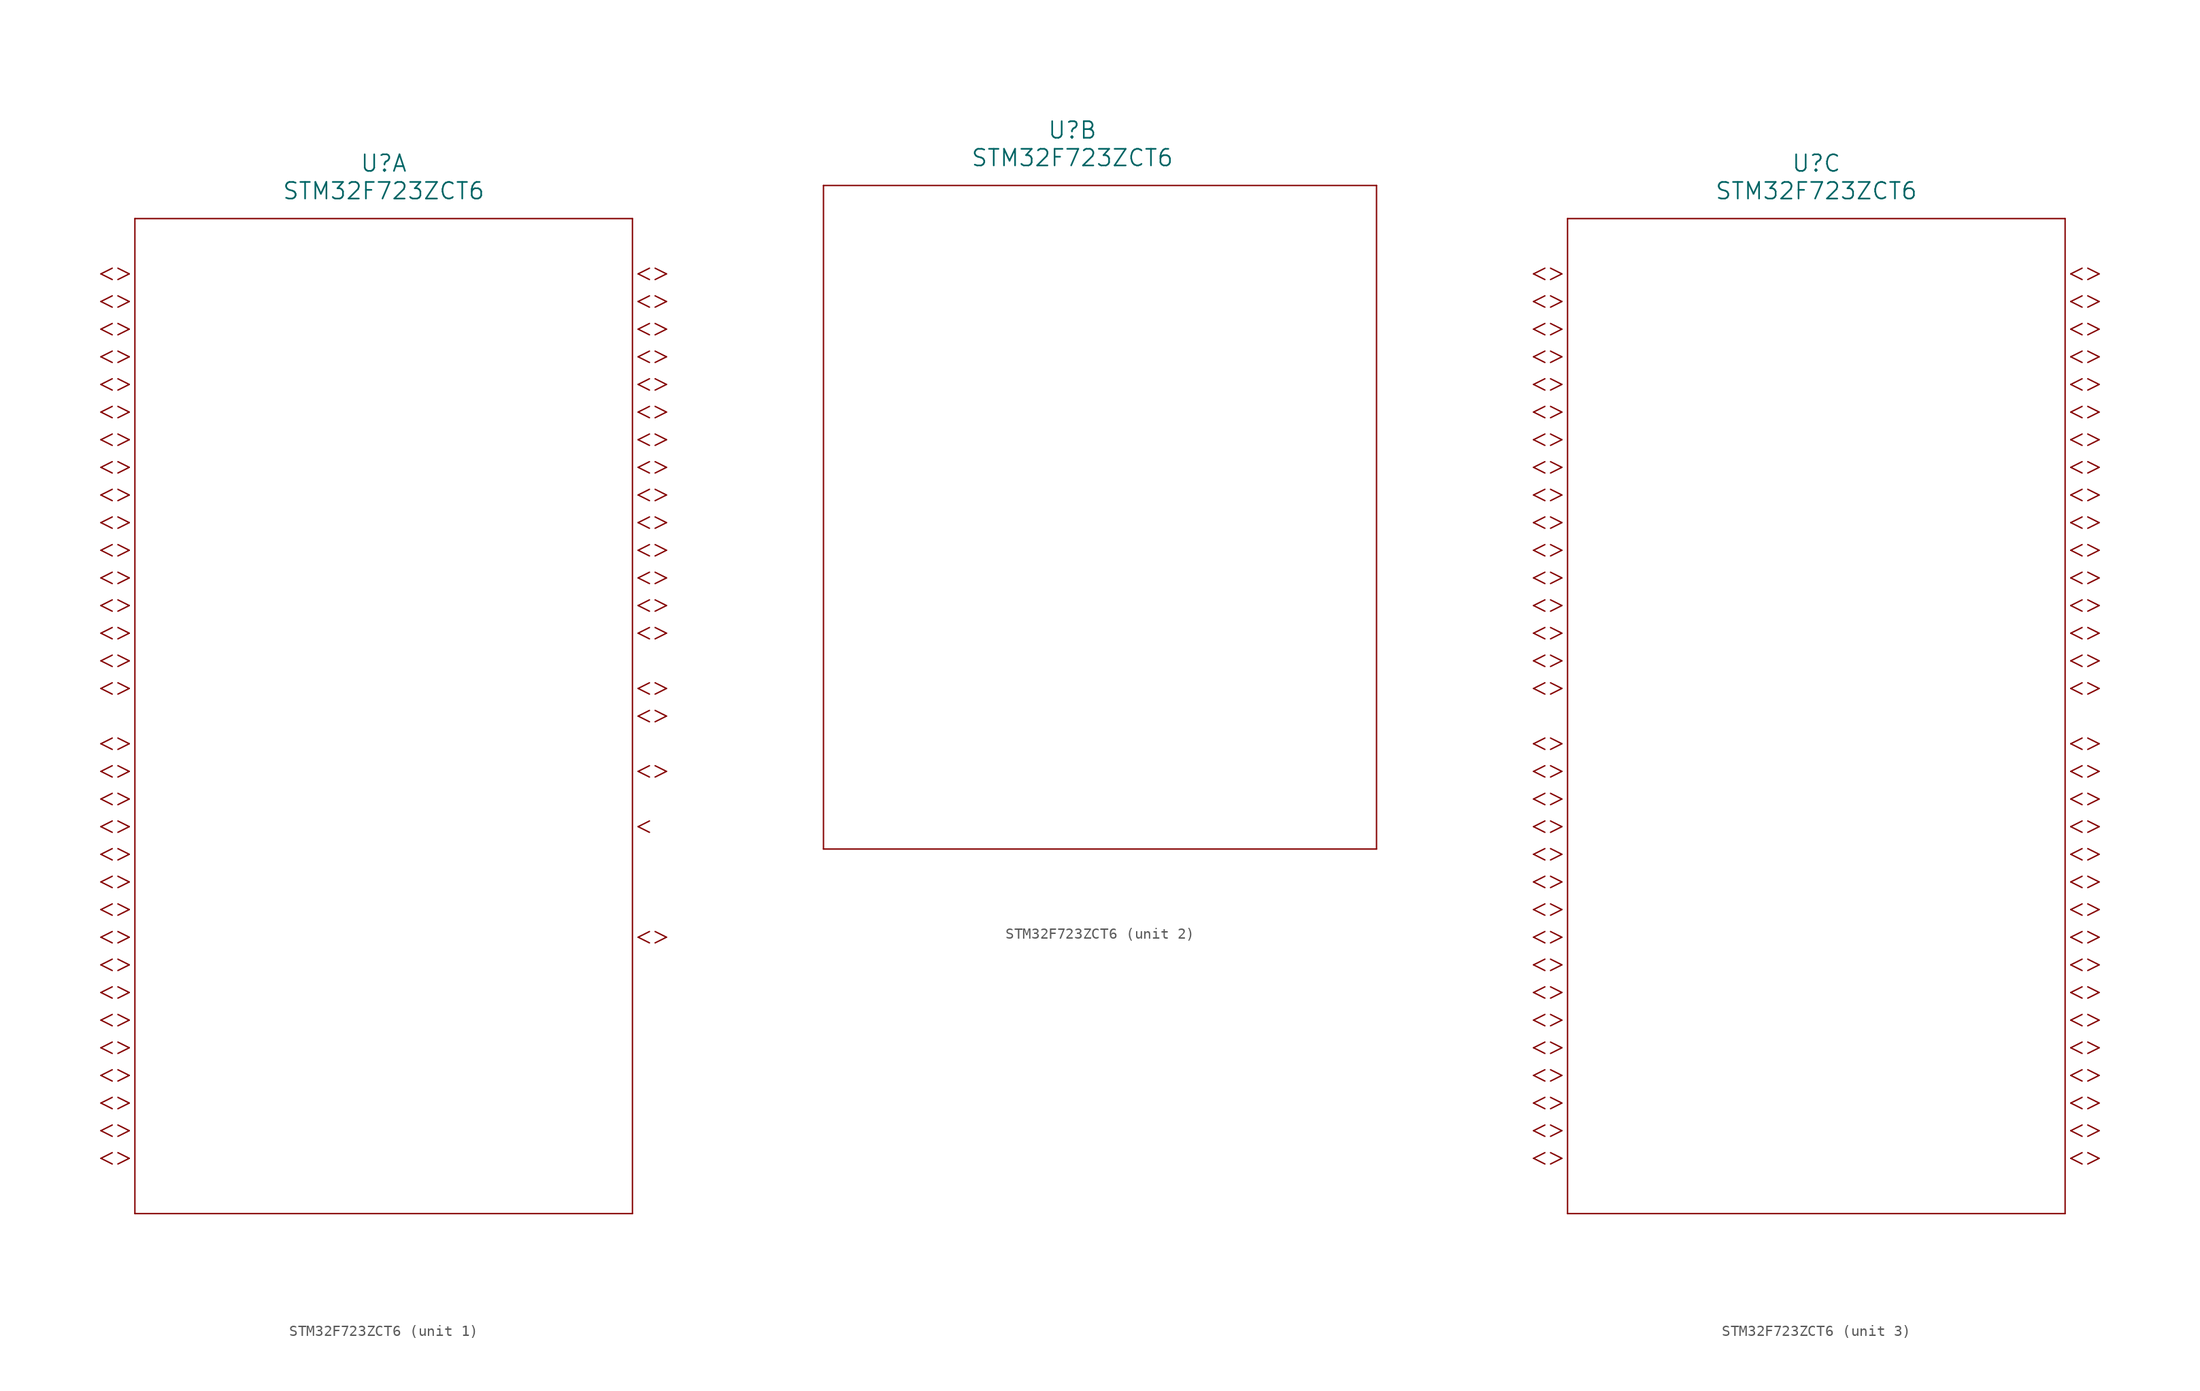
<source format=kicad_sym>
(kicad_symbol_lib
  (version 20211014)
  (generator kicad_symbol_editor)
  (symbol "STM32F723ZCT6"
    (pin_names
      (offset 0.254))
    (property "Reference" "U"
      (at 30.48 10.16 0)
      (effects (font (size 1.524 1.524))))
    (property "Value" "STM32F723ZCT6"
      (at 30.48 7.62 0)
      (effects (font (size 1.524 1.524))))
    (symbol "STM32F723ZCT6_1_1"
      (polyline (pts (xy 7.099 0) (xy 6.058 0.521)) (stroke (width 0.127) (type default) (color 0 0 0 0)) (fill (type none)))
      (polyline (pts (xy 7.099 0) (xy 6.058 -0.521)) (stroke (width 0.127) (type default) (color 0 0 0 0)) (fill (type none)))
      (polyline (pts (xy 5.537 0.521) (xy 4.496 0)) (stroke (width 0.127) (type default) (color 0 0 0 0)) (fill (type none)))
      (polyline (pts (xy 5.537 -0.521) (xy 4.496 0)) (stroke (width 0.127) (type default) (color 0 0 0 0)) (fill (type none)))
      (polyline (pts (xy 7.099 -2.54) (xy 6.058 -2.019)) (stroke (width 0.127) (type default) (color 0 0 0 0)) (fill (type none)))
      (polyline (pts (xy 7.099 -2.54) (xy 6.058 -3.061)) (stroke (width 0.127) (type default) (color 0 0 0 0)) (fill (type none)))
      (polyline (pts (xy 5.537 -2.019) (xy 4.496 -2.54)) (stroke (width 0.127) (type default) (color 0 0 0 0)) (fill (type none)))
      (polyline (pts (xy 5.537 -3.061) (xy 4.496 -2.54)) (stroke (width 0.127) (type default) (color 0 0 0 0)) (fill (type none)))
      (polyline (pts (xy 7.099 -5.08) (xy 6.058 -4.559)) (stroke (width 0.127) (type default) (color 0 0 0 0)) (fill (type none)))
      (polyline (pts (xy 7.099 -5.08) (xy 6.058 -5.601)) (stroke (width 0.127) (type default) (color 0 0 0 0)) (fill (type none)))
      (polyline (pts (xy 5.537 -4.559) (xy 4.496 -5.08)) (stroke (width 0.127) (type default) (color 0 0 0 0)) (fill (type none)))
      (polyline (pts (xy 5.537 -5.601) (xy 4.496 -5.08)) (stroke (width 0.127) (type default) (color 0 0 0 0)) (fill (type none)))
      (polyline (pts (xy 7.099 -7.62) (xy 6.058 -7.099)) (stroke (width 0.127) (type default) (color 0 0 0 0)) (fill (type none)))
      (polyline (pts (xy 7.099 -7.62) (xy 6.058 -8.141)) (stroke (width 0.127) (type default) (color 0 0 0 0)) (fill (type none)))
      (polyline (pts (xy 5.537 -7.099) (xy 4.496 -7.62)) (stroke (width 0.127) (type default) (color 0 0 0 0)) (fill (type none)))
      (polyline (pts (xy 5.537 -8.141) (xy 4.496 -7.62)) (stroke (width 0.127) (type default) (color 0 0 0 0)) (fill (type none)))
      (polyline (pts (xy 7.099 -10.16) (xy 6.058 -9.639)) (stroke (width 0.127) (type default) (color 0 0 0 0)) (fill (type none)))
      (polyline (pts (xy 7.099 -10.16) (xy 6.058 -10.681)) (stroke (width 0.127) (type default) (color 0 0 0 0)) (fill (type none)))
      (polyline (pts (xy 5.537 -9.639) (xy 4.496 -10.16)) (stroke (width 0.127) (type default) (color 0 0 0 0)) (fill (type none)))
      (polyline (pts (xy 5.537 -10.681) (xy 4.496 -10.16)) (stroke (width 0.127) (type default) (color 0 0 0 0)) (fill (type none)))
      (polyline (pts (xy 7.099 -12.7) (xy 6.058 -12.179)) (stroke (width 0.127) (type default) (color 0 0 0 0)) (fill (type none)))
      (polyline (pts (xy 7.099 -12.7) (xy 6.058 -13.221)) (stroke (width 0.127) (type default) (color 0 0 0 0)) (fill (type none)))
      (polyline (pts (xy 5.537 -12.179) (xy 4.496 -12.7)) (stroke (width 0.127) (type default) (color 0 0 0 0)) (fill (type none)))
      (polyline (pts (xy 5.537 -13.221) (xy 4.496 -12.7)) (stroke (width 0.127) (type default) (color 0 0 0 0)) (fill (type none)))
      (polyline (pts (xy 7.099 -15.24) (xy 6.058 -14.719)) (stroke (width 0.127) (type default) (color 0 0 0 0)) (fill (type none)))
      (polyline (pts (xy 7.099 -15.24) (xy 6.058 -15.761)) (stroke (width 0.127) (type default) (color 0 0 0 0)) (fill (type none)))
      (polyline (pts (xy 5.537 -14.719) (xy 4.496 -15.24)) (stroke (width 0.127) (type default) (color 0 0 0 0)) (fill (type none)))
      (polyline (pts (xy 5.537 -15.761) (xy 4.496 -15.24)) (stroke (width 0.127) (type default) (color 0 0 0 0)) (fill (type none)))
      (polyline (pts (xy 7.099 -17.78) (xy 6.058 -17.259)) (stroke (width 0.127) (type default) (color 0 0 0 0)) (fill (type none)))
      (polyline (pts (xy 7.099 -17.78) (xy 6.058 -18.301)) (stroke (width 0.127) (type default) (color 0 0 0 0)) (fill (type none)))
      (polyline (pts (xy 5.537 -17.259) (xy 4.496 -17.78)) (stroke (width 0.127) (type default) (color 0 0 0 0)) (fill (type none)))
      (polyline (pts (xy 5.537 -18.301) (xy 4.496 -17.78)) (stroke (width 0.127) (type default) (color 0 0 0 0)) (fill (type none)))
      (polyline (pts (xy 7.099 -20.32) (xy 6.058 -19.799)) (stroke (width 0.127) (type default) (color 0 0 0 0)) (fill (type none)))
      (polyline (pts (xy 7.099 -20.32) (xy 6.058 -20.841)) (stroke (width 0.127) (type default) (color 0 0 0 0)) (fill (type none)))
      (polyline (pts (xy 5.537 -19.799) (xy 4.496 -20.32)) (stroke (width 0.127) (type default) (color 0 0 0 0)) (fill (type none)))
      (polyline (pts (xy 5.537 -20.841) (xy 4.496 -20.32)) (stroke (width 0.127) (type default) (color 0 0 0 0)) (fill (type none)))
      (polyline (pts (xy 7.099 -22.86) (xy 6.058 -22.339)) (stroke (width 0.127) (type default) (color 0 0 0 0)) (fill (type none)))
      (polyline (pts (xy 7.099 -22.86) (xy 6.058 -23.381)) (stroke (width 0.127) (type default) (color 0 0 0 0)) (fill (type none)))
      (polyline (pts (xy 5.537 -22.339) (xy 4.496 -22.86)) (stroke (width 0.127) (type default) (color 0 0 0 0)) (fill (type none)))
      (polyline (pts (xy 5.537 -23.381) (xy 4.496 -22.86)) (stroke (width 0.127) (type default) (color 0 0 0 0)) (fill (type none)))
      (polyline (pts (xy 7.099 -25.4) (xy 6.058 -24.879)) (stroke (width 0.127) (type default) (color 0 0 0 0)) (fill (type none)))
      (polyline (pts (xy 7.099 -25.4) (xy 6.058 -25.921)) (stroke (width 0.127) (type default) (color 0 0 0 0)) (fill (type none)))
      (polyline (pts (xy 5.537 -24.879) (xy 4.496 -25.4)) (stroke (width 0.127) (type default) (color 0 0 0 0)) (fill (type none)))
      (polyline (pts (xy 5.537 -25.921) (xy 4.496 -25.4)) (stroke (width 0.127) (type default) (color 0 0 0 0)) (fill (type none)))
      (polyline (pts (xy 7.099 -27.94) (xy 6.058 -27.419)) (stroke (width 0.127) (type default) (color 0 0 0 0)) (fill (type none)))
      (polyline (pts (xy 7.099 -27.94) (xy 6.058 -28.461)) (stroke (width 0.127) (type default) (color 0 0 0 0)) (fill (type none)))
      (polyline (pts (xy 5.537 -27.419) (xy 4.496 -27.94)) (stroke (width 0.127) (type default) (color 0 0 0 0)) (fill (type none)))
      (polyline (pts (xy 5.537 -28.461) (xy 4.496 -27.94)) (stroke (width 0.127) (type default) (color 0 0 0 0)) (fill (type none)))
      (polyline (pts (xy 7.099 -30.48) (xy 6.058 -29.959)) (stroke (width 0.127) (type default) (color 0 0 0 0)) (fill (type none)))
      (polyline (pts (xy 7.099 -30.48) (xy 6.058 -31.001)) (stroke (width 0.127) (type default) (color 0 0 0 0)) (fill (type none)))
      (polyline (pts (xy 5.537 -29.959) (xy 4.496 -30.48)) (stroke (width 0.127) (type default) (color 0 0 0 0)) (fill (type none)))
      (polyline (pts (xy 5.537 -31.001) (xy 4.496 -30.48)) (stroke (width 0.127) (type default) (color 0 0 0 0)) (fill (type none)))
      (polyline (pts (xy 7.099 -33.02) (xy 6.058 -32.499)) (stroke (width 0.127) (type default) (color 0 0 0 0)) (fill (type none)))
      (polyline (pts (xy 7.099 -33.02) (xy 6.058 -33.541)) (stroke (width 0.127) (type default) (color 0 0 0 0)) (fill (type none)))
      (polyline (pts (xy 5.537 -32.499) (xy 4.496 -33.02)) (stroke (width 0.127) (type default) (color 0 0 0 0)) (fill (type none)))
      (polyline (pts (xy 5.537 -33.541) (xy 4.496 -33.02)) (stroke (width 0.127) (type default) (color 0 0 0 0)) (fill (type none)))
      (polyline (pts (xy 7.099 -35.56) (xy 6.058 -35.039)) (stroke (width 0.127) (type default) (color 0 0 0 0)) (fill (type none)))
      (polyline (pts (xy 7.099 -35.56) (xy 6.058 -36.081)) (stroke (width 0.127) (type default) (color 0 0 0 0)) (fill (type none)))
      (polyline (pts (xy 5.537 -35.039) (xy 4.496 -35.56)) (stroke (width 0.127) (type default) (color 0 0 0 0)) (fill (type none)))
      (polyline (pts (xy 5.537 -36.081) (xy 4.496 -35.56)) (stroke (width 0.127) (type default) (color 0 0 0 0)) (fill (type none)))
      (polyline (pts (xy 7.099 -38.1) (xy 6.058 -37.579)) (stroke (width 0.127) (type default) (color 0 0 0 0)) (fill (type none)))
      (polyline (pts (xy 7.099 -38.1) (xy 6.058 -38.621)) (stroke (width 0.127) (type default) (color 0 0 0 0)) (fill (type none)))
      (polyline (pts (xy 5.537 -37.579) (xy 4.496 -38.1)) (stroke (width 0.127) (type default) (color 0 0 0 0)) (fill (type none)))
      (polyline (pts (xy 5.537 -38.621) (xy 4.496 -38.1)) (stroke (width 0.127) (type default) (color 0 0 0 0)) (fill (type none)))
      (polyline (pts (xy 7.099 -43.18) (xy 6.058 -42.659)) (stroke (width 0.127) (type default) (color 0 0 0 0)) (fill (type none)))
      (polyline (pts (xy 7.099 -43.18) (xy 6.058 -43.701)) (stroke (width 0.127) (type default) (color 0 0 0 0)) (fill (type none)))
      (polyline (pts (xy 5.537 -42.659) (xy 4.496 -43.18)) (stroke (width 0.127) (type default) (color 0 0 0 0)) (fill (type none)))
      (polyline (pts (xy 5.537 -43.701) (xy 4.496 -43.18)) (stroke (width 0.127) (type default) (color 0 0 0 0)) (fill (type none)))
      (polyline (pts (xy 7.099 -45.72) (xy 6.058 -45.199)) (stroke (width 0.127) (type default) (color 0 0 0 0)) (fill (type none)))
      (polyline (pts (xy 7.099 -45.72) (xy 6.058 -46.241)) (stroke (width 0.127) (type default) (color 0 0 0 0)) (fill (type none)))
      (polyline (pts (xy 5.537 -45.199) (xy 4.496 -45.72)) (stroke (width 0.127) (type default) (color 0 0 0 0)) (fill (type none)))
      (polyline (pts (xy 5.537 -46.241) (xy 4.496 -45.72)) (stroke (width 0.127) (type default) (color 0 0 0 0)) (fill (type none)))
      (polyline (pts (xy 7.099 -48.26) (xy 6.058 -47.739)) (stroke (width 0.127) (type default) (color 0 0 0 0)) (fill (type none)))
      (polyline (pts (xy 7.099 -48.26) (xy 6.058 -48.781)) (stroke (width 0.127) (type default) (color 0 0 0 0)) (fill (type none)))
      (polyline (pts (xy 5.537 -47.739) (xy 4.496 -48.26)) (stroke (width 0.127) (type default) (color 0 0 0 0)) (fill (type none)))
      (polyline (pts (xy 5.537 -48.781) (xy 4.496 -48.26)) (stroke (width 0.127) (type default) (color 0 0 0 0)) (fill (type none)))
      (polyline (pts (xy 7.099 -50.8) (xy 6.058 -50.279)) (stroke (width 0.127) (type default) (color 0 0 0 0)) (fill (type none)))
      (polyline (pts (xy 7.099 -50.8) (xy 6.058 -51.321)) (stroke (width 0.127) (type default) (color 0 0 0 0)) (fill (type none)))
      (polyline (pts (xy 5.537 -50.279) (xy 4.496 -50.8)) (stroke (width 0.127) (type default) (color 0 0 0 0)) (fill (type none)))
      (polyline (pts (xy 5.537 -51.321) (xy 4.496 -50.8)) (stroke (width 0.127) (type default) (color 0 0 0 0)) (fill (type none)))
      (polyline (pts (xy 7.099 -53.34) (xy 6.058 -52.819)) (stroke (width 0.127) (type default) (color 0 0 0 0)) (fill (type none)))
      (polyline (pts (xy 7.099 -53.34) (xy 6.058 -53.861)) (stroke (width 0.127) (type default) (color 0 0 0 0)) (fill (type none)))
      (polyline (pts (xy 5.537 -52.819) (xy 4.496 -53.34)) (stroke (width 0.127) (type default) (color 0 0 0 0)) (fill (type none)))
      (polyline (pts (xy 5.537 -53.861) (xy 4.496 -53.34)) (stroke (width 0.127) (type default) (color 0 0 0 0)) (fill (type none)))
      (polyline (pts (xy 7.099 -55.88) (xy 6.058 -55.359)) (stroke (width 0.127) (type default) (color 0 0 0 0)) (fill (type none)))
      (polyline (pts (xy 7.099 -55.88) (xy 6.058 -56.401)) (stroke (width 0.127) (type default) (color 0 0 0 0)) (fill (type none)))
      (polyline (pts (xy 5.537 -55.359) (xy 4.496 -55.88)) (stroke (width 0.127) (type default) (color 0 0 0 0)) (fill (type none)))
      (polyline (pts (xy 5.537 -56.401) (xy 4.496 -55.88)) (stroke (width 0.127) (type default) (color 0 0 0 0)) (fill (type none)))
      (polyline (pts (xy 7.099 -58.42) (xy 6.058 -57.899)) (stroke (width 0.127) (type default) (color 0 0 0 0)) (fill (type none)))
      (polyline (pts (xy 7.099 -58.42) (xy 6.058 -58.941)) (stroke (width 0.127) (type default) (color 0 0 0 0)) (fill (type none)))
      (polyline (pts (xy 5.537 -57.899) (xy 4.496 -58.42)) (stroke (width 0.127) (type default) (color 0 0 0 0)) (fill (type none)))
      (polyline (pts (xy 5.537 -58.941) (xy 4.496 -58.42)) (stroke (width 0.127) (type default) (color 0 0 0 0)) (fill (type none)))
      (polyline (pts (xy 7.099 -60.96) (xy 6.058 -60.439)) (stroke (width 0.127) (type default) (color 0 0 0 0)) (fill (type none)))
      (polyline (pts (xy 7.099 -60.96) (xy 6.058 -61.481)) (stroke (width 0.127) (type default) (color 0 0 0 0)) (fill (type none)))
      (polyline (pts (xy 5.537 -60.439) (xy 4.496 -60.96)) (stroke (width 0.127) (type default) (color 0 0 0 0)) (fill (type none)))
      (polyline (pts (xy 5.537 -61.481) (xy 4.496 -60.96)) (stroke (width 0.127) (type default) (color 0 0 0 0)) (fill (type none)))
      (polyline (pts (xy 7.099 -63.5) (xy 6.058 -62.979)) (stroke (width 0.127) (type default) (color 0 0 0 0)) (fill (type none)))
      (polyline (pts (xy 7.099 -63.5) (xy 6.058 -64.021)) (stroke (width 0.127) (type default) (color 0 0 0 0)) (fill (type none)))
      (polyline (pts (xy 5.537 -62.979) (xy 4.496 -63.5)) (stroke (width 0.127) (type default) (color 0 0 0 0)) (fill (type none)))
      (polyline (pts (xy 5.537 -64.021) (xy 4.496 -63.5)) (stroke (width 0.127) (type default) (color 0 0 0 0)) (fill (type none)))
      (polyline (pts (xy 7.099 -66.04) (xy 6.058 -65.519)) (stroke (width 0.127) (type default) (color 0 0 0 0)) (fill (type none)))
      (polyline (pts (xy 7.099 -66.04) (xy 6.058 -66.561)) (stroke (width 0.127) (type default) (color 0 0 0 0)) (fill (type none)))
      (polyline (pts (xy 5.537 -65.519) (xy 4.496 -66.04)) (stroke (width 0.127) (type default) (color 0 0 0 0)) (fill (type none)))
      (polyline (pts (xy 5.537 -66.561) (xy 4.496 -66.04)) (stroke (width 0.127) (type default) (color 0 0 0 0)) (fill (type none)))
      (polyline (pts (xy 7.099 -68.58) (xy 6.058 -68.059)) (stroke (width 0.127) (type default) (color 0 0 0 0)) (fill (type none)))
      (polyline (pts (xy 7.099 -68.58) (xy 6.058 -69.101)) (stroke (width 0.127) (type default) (color 0 0 0 0)) (fill (type none)))
      (polyline (pts (xy 5.537 -68.059) (xy 4.496 -68.58)) (stroke (width 0.127) (type default) (color 0 0 0 0)) (fill (type none)))
      (polyline (pts (xy 5.537 -69.101) (xy 4.496 -68.58)) (stroke (width 0.127) (type default) (color 0 0 0 0)) (fill (type none)))
      (polyline (pts (xy 7.099 -71.12) (xy 6.058 -70.599)) (stroke (width 0.127) (type default) (color 0 0 0 0)) (fill (type none)))
      (polyline (pts (xy 7.099 -71.12) (xy 6.058 -71.641)) (stroke (width 0.127) (type default) (color 0 0 0 0)) (fill (type none)))
      (polyline (pts (xy 5.537 -70.599) (xy 4.496 -71.12)) (stroke (width 0.127) (type default) (color 0 0 0 0)) (fill (type none)))
      (polyline (pts (xy 5.537 -71.641) (xy 4.496 -71.12)) (stroke (width 0.127) (type default) (color 0 0 0 0)) (fill (type none)))
      (polyline (pts (xy 7.099 -73.66) (xy 6.058 -73.139)) (stroke (width 0.127) (type default) (color 0 0 0 0)) (fill (type none)))
      (polyline (pts (xy 7.099 -73.66) (xy 6.058 -74.181)) (stroke (width 0.127) (type default) (color 0 0 0 0)) (fill (type none)))
      (polyline (pts (xy 5.537 -73.139) (xy 4.496 -73.66)) (stroke (width 0.127) (type default) (color 0 0 0 0)) (fill (type none)))
      (polyline (pts (xy 5.537 -74.181) (xy 4.496 -73.66)) (stroke (width 0.127) (type default) (color 0 0 0 0)) (fill (type none)))
      (polyline (pts (xy 7.099 -76.2) (xy 6.058 -75.679)) (stroke (width 0.127) (type default) (color 0 0 0 0)) (fill (type none)))
      (polyline (pts (xy 7.099 -76.2) (xy 6.058 -76.721)) (stroke (width 0.127) (type default) (color 0 0 0 0)) (fill (type none)))
      (polyline (pts (xy 5.537 -75.679) (xy 4.496 -76.2)) (stroke (width 0.127) (type default) (color 0 0 0 0)) (fill (type none)))
      (polyline (pts (xy 5.537 -76.721) (xy 4.496 -76.2)) (stroke (width 0.127) (type default) (color 0 0 0 0)) (fill (type none)))
      (polyline (pts (xy 7.099 -78.74) (xy 6.058 -78.219)) (stroke (width 0.127) (type default) (color 0 0 0 0)) (fill (type none)))
      (polyline (pts (xy 7.099 -78.74) (xy 6.058 -79.261)) (stroke (width 0.127) (type default) (color 0 0 0 0)) (fill (type none)))
      (polyline (pts (xy 5.537 -78.219) (xy 4.496 -78.74)) (stroke (width 0.127) (type default) (color 0 0 0 0)) (fill (type none)))
      (polyline (pts (xy 5.537 -79.261) (xy 4.496 -78.74)) (stroke (width 0.127) (type default) (color 0 0 0 0)) (fill (type none)))
      (polyline (pts (xy 7.099 -81.28) (xy 6.058 -80.759)) (stroke (width 0.127) (type default) (color 0 0 0 0)) (fill (type none)))
      (polyline (pts (xy 7.099 -81.28) (xy 6.058 -81.801)) (stroke (width 0.127) (type default) (color 0 0 0 0)) (fill (type none)))
      (polyline (pts (xy 5.537 -80.759) (xy 4.496 -81.28)) (stroke (width 0.127) (type default) (color 0 0 0 0)) (fill (type none)))
      (polyline (pts (xy 5.537 -81.801) (xy 4.496 -81.28)) (stroke (width 0.127) (type default) (color 0 0 0 0)) (fill (type none)))
      (polyline (pts (xy 53.861 0) (xy 54.902 0.521)) (stroke (width 0.127) (type default) (color 0 0 0 0)) (fill (type none)))
      (polyline (pts (xy 53.861 0) (xy 54.902 -0.521)) (stroke (width 0.127) (type default) (color 0 0 0 0)) (fill (type none)))
      (polyline (pts (xy 55.423 0.521) (xy 56.464 0)) (stroke (width 0.127) (type default) (color 0 0 0 0)) (fill (type none)))
      (polyline (pts (xy 55.423 -0.521) (xy 56.464 0)) (stroke (width 0.127) (type default) (color 0 0 0 0)) (fill (type none)))
      (polyline (pts (xy 53.861 -2.54) (xy 54.902 -2.019)) (stroke (width 0.127) (type default) (color 0 0 0 0)) (fill (type none)))
      (polyline (pts (xy 53.861 -2.54) (xy 54.902 -3.061)) (stroke (width 0.127) (type default) (color 0 0 0 0)) (fill (type none)))
      (polyline (pts (xy 55.423 -2.019) (xy 56.464 -2.54)) (stroke (width 0.127) (type default) (color 0 0 0 0)) (fill (type none)))
      (polyline (pts (xy 55.423 -3.061) (xy 56.464 -2.54)) (stroke (width 0.127) (type default) (color 0 0 0 0)) (fill (type none)))
      (polyline (pts (xy 53.861 -5.08) (xy 54.902 -4.559)) (stroke (width 0.127) (type default) (color 0 0 0 0)) (fill (type none)))
      (polyline (pts (xy 53.861 -5.08) (xy 54.902 -5.601)) (stroke (width 0.127) (type default) (color 0 0 0 0)) (fill (type none)))
      (polyline (pts (xy 55.423 -4.559) (xy 56.464 -5.08)) (stroke (width 0.127) (type default) (color 0 0 0 0)) (fill (type none)))
      (polyline (pts (xy 55.423 -5.601) (xy 56.464 -5.08)) (stroke (width 0.127) (type default) (color 0 0 0 0)) (fill (type none)))
      (polyline (pts (xy 53.861 -7.62) (xy 54.902 -7.099)) (stroke (width 0.127) (type default) (color 0 0 0 0)) (fill (type none)))
      (polyline (pts (xy 53.861 -7.62) (xy 54.902 -8.141)) (stroke (width 0.127) (type default) (color 0 0 0 0)) (fill (type none)))
      (polyline (pts (xy 55.423 -7.099) (xy 56.464 -7.62)) (stroke (width 0.127) (type default) (color 0 0 0 0)) (fill (type none)))
      (polyline (pts (xy 55.423 -8.141) (xy 56.464 -7.62)) (stroke (width 0.127) (type default) (color 0 0 0 0)) (fill (type none)))
      (polyline (pts (xy 53.861 -10.16) (xy 54.902 -9.639)) (stroke (width 0.127) (type default) (color 0 0 0 0)) (fill (type none)))
      (polyline (pts (xy 53.861 -10.16) (xy 54.902 -10.681)) (stroke (width 0.127) (type default) (color 0 0 0 0)) (fill (type none)))
      (polyline (pts (xy 55.423 -9.639) (xy 56.464 -10.16)) (stroke (width 0.127) (type default) (color 0 0 0 0)) (fill (type none)))
      (polyline (pts (xy 55.423 -10.681) (xy 56.464 -10.16)) (stroke (width 0.127) (type default) (color 0 0 0 0)) (fill (type none)))
      (polyline (pts (xy 53.861 -12.7) (xy 54.902 -12.179)) (stroke (width 0.127) (type default) (color 0 0 0 0)) (fill (type none)))
      (polyline (pts (xy 53.861 -12.7) (xy 54.902 -13.221)) (stroke (width 0.127) (type default) (color 0 0 0 0)) (fill (type none)))
      (polyline (pts (xy 55.423 -12.179) (xy 56.464 -12.7)) (stroke (width 0.127) (type default) (color 0 0 0 0)) (fill (type none)))
      (polyline (pts (xy 55.423 -13.221) (xy 56.464 -12.7)) (stroke (width 0.127) (type default) (color 0 0 0 0)) (fill (type none)))
      (polyline (pts (xy 53.861 -15.24) (xy 54.902 -14.719)) (stroke (width 0.127) (type default) (color 0 0 0 0)) (fill (type none)))
      (polyline (pts (xy 53.861 -15.24) (xy 54.902 -15.761)) (stroke (width 0.127) (type default) (color 0 0 0 0)) (fill (type none)))
      (polyline (pts (xy 55.423 -14.719) (xy 56.464 -15.24)) (stroke (width 0.127) (type default) (color 0 0 0 0)) (fill (type none)))
      (polyline (pts (xy 55.423 -15.761) (xy 56.464 -15.24)) (stroke (width 0.127) (type default) (color 0 0 0 0)) (fill (type none)))
      (polyline (pts (xy 53.861 -17.78) (xy 54.902 -17.259)) (stroke (width 0.127) (type default) (color 0 0 0 0)) (fill (type none)))
      (polyline (pts (xy 53.861 -17.78) (xy 54.902 -18.301)) (stroke (width 0.127) (type default) (color 0 0 0 0)) (fill (type none)))
      (polyline (pts (xy 55.423 -17.259) (xy 56.464 -17.78)) (stroke (width 0.127) (type default) (color 0 0 0 0)) (fill (type none)))
      (polyline (pts (xy 55.423 -18.301) (xy 56.464 -17.78)) (stroke (width 0.127) (type default) (color 0 0 0 0)) (fill (type none)))
      (polyline (pts (xy 53.861 -20.32) (xy 54.902 -19.799)) (stroke (width 0.127) (type default) (color 0 0 0 0)) (fill (type none)))
      (polyline (pts (xy 53.861 -20.32) (xy 54.902 -20.841)) (stroke (width 0.127) (type default) (color 0 0 0 0)) (fill (type none)))
      (polyline (pts (xy 55.423 -19.799) (xy 56.464 -20.32)) (stroke (width 0.127) (type default) (color 0 0 0 0)) (fill (type none)))
      (polyline (pts (xy 55.423 -20.841) (xy 56.464 -20.32)) (stroke (width 0.127) (type default) (color 0 0 0 0)) (fill (type none)))
      (polyline (pts (xy 53.861 -22.86) (xy 54.902 -22.339)) (stroke (width 0.127) (type default) (color 0 0 0 0)) (fill (type none)))
      (polyline (pts (xy 53.861 -22.86) (xy 54.902 -23.381)) (stroke (width 0.127) (type default) (color 0 0 0 0)) (fill (type none)))
      (polyline (pts (xy 55.423 -22.339) (xy 56.464 -22.86)) (stroke (width 0.127) (type default) (color 0 0 0 0)) (fill (type none)))
      (polyline (pts (xy 55.423 -23.381) (xy 56.464 -22.86)) (stroke (width 0.127) (type default) (color 0 0 0 0)) (fill (type none)))
      (polyline (pts (xy 53.861 -25.4) (xy 54.902 -24.879)) (stroke (width 0.127) (type default) (color 0 0 0 0)) (fill (type none)))
      (polyline (pts (xy 53.861 -25.4) (xy 54.902 -25.921)) (stroke (width 0.127) (type default) (color 0 0 0 0)) (fill (type none)))
      (polyline (pts (xy 55.423 -24.879) (xy 56.464 -25.4)) (stroke (width 0.127) (type default) (color 0 0 0 0)) (fill (type none)))
      (polyline (pts (xy 55.423 -25.921) (xy 56.464 -25.4)) (stroke (width 0.127) (type default) (color 0 0 0 0)) (fill (type none)))
      (polyline (pts (xy 53.861 -27.94) (xy 54.902 -27.419)) (stroke (width 0.127) (type default) (color 0 0 0 0)) (fill (type none)))
      (polyline (pts (xy 53.861 -27.94) (xy 54.902 -28.461)) (stroke (width 0.127) (type default) (color 0 0 0 0)) (fill (type none)))
      (polyline (pts (xy 55.423 -27.419) (xy 56.464 -27.94)) (stroke (width 0.127) (type default) (color 0 0 0 0)) (fill (type none)))
      (polyline (pts (xy 55.423 -28.461) (xy 56.464 -27.94)) (stroke (width 0.127) (type default) (color 0 0 0 0)) (fill (type none)))
      (polyline (pts (xy 53.861 -30.48) (xy 54.902 -29.959)) (stroke (width 0.127) (type default) (color 0 0 0 0)) (fill (type none)))
      (polyline (pts (xy 53.861 -30.48) (xy 54.902 -31.001)) (stroke (width 0.127) (type default) (color 0 0 0 0)) (fill (type none)))
      (polyline (pts (xy 55.423 -29.959) (xy 56.464 -30.48)) (stroke (width 0.127) (type default) (color 0 0 0 0)) (fill (type none)))
      (polyline (pts (xy 55.423 -31.001) (xy 56.464 -30.48)) (stroke (width 0.127) (type default) (color 0 0 0 0)) (fill (type none)))
      (polyline (pts (xy 53.861 -33.02) (xy 54.902 -32.499)) (stroke (width 0.127) (type default) (color 0 0 0 0)) (fill (type none)))
      (polyline (pts (xy 53.861 -33.02) (xy 54.902 -33.541)) (stroke (width 0.127) (type default) (color 0 0 0 0)) (fill (type none)))
      (polyline (pts (xy 55.423 -32.499) (xy 56.464 -33.02)) (stroke (width 0.127) (type default) (color 0 0 0 0)) (fill (type none)))
      (polyline (pts (xy 55.423 -33.541) (xy 56.464 -33.02)) (stroke (width 0.127) (type default) (color 0 0 0 0)) (fill (type none)))
      (polyline (pts (xy 53.861 -38.1) (xy 54.902 -37.579)) (stroke (width 0.127) (type default) (color 0 0 0 0)) (fill (type none)))
      (polyline (pts (xy 53.861 -38.1) (xy 54.902 -38.621)) (stroke (width 0.127) (type default) (color 0 0 0 0)) (fill (type none)))
      (polyline (pts (xy 55.423 -37.579) (xy 56.464 -38.1)) (stroke (width 0.127) (type default) (color 0 0 0 0)) (fill (type none)))
      (polyline (pts (xy 55.423 -38.621) (xy 56.464 -38.1)) (stroke (width 0.127) (type default) (color 0 0 0 0)) (fill (type none)))
      (polyline (pts (xy 53.861 -40.64) (xy 54.902 -40.119)) (stroke (width 0.127) (type default) (color 0 0 0 0)) (fill (type none)))
      (polyline (pts (xy 53.861 -40.64) (xy 54.902 -41.161)) (stroke (width 0.127) (type default) (color 0 0 0 0)) (fill (type none)))
      (polyline (pts (xy 55.423 -40.119) (xy 56.464 -40.64)) (stroke (width 0.127) (type default) (color 0 0 0 0)) (fill (type none)))
      (polyline (pts (xy 55.423 -41.161) (xy 56.464 -40.64)) (stroke (width 0.127) (type default) (color 0 0 0 0)) (fill (type none)))
      (polyline (pts (xy 53.861 -45.72) (xy 54.902 -45.199)) (stroke (width 0.127) (type default) (color 0 0 0 0)) (fill (type none)))
      (polyline (pts (xy 53.861 -45.72) (xy 54.902 -46.241)) (stroke (width 0.127) (type default) (color 0 0 0 0)) (fill (type none)))
      (polyline (pts (xy 55.423 -45.199) (xy 56.464 -45.72)) (stroke (width 0.127) (type default) (color 0 0 0 0)) (fill (type none)))
      (polyline (pts (xy 55.423 -46.241) (xy 56.464 -45.72)) (stroke (width 0.127) (type default) (color 0 0 0 0)) (fill (type none)))
      (polyline (pts (xy 53.861 -50.8) (xy 54.902 -50.279)) (stroke (width 0.127) (type default) (color 0 0 0 0)) (fill (type none)))
      (polyline (pts (xy 53.861 -50.8) (xy 54.902 -51.321)) (stroke (width 0.127) (type default) (color 0 0 0 0)) (fill (type none)))
      (polyline (pts (xy 53.861 -60.96) (xy 54.902 -60.439)) (stroke (width 0.127) (type default) (color 0 0 0 0)) (fill (type none)))
      (polyline (pts (xy 53.861 -60.96) (xy 54.902 -61.481)) (stroke (width 0.127) (type default) (color 0 0 0 0)) (fill (type none)))
      (polyline (pts (xy 55.423 -60.439) (xy 56.464 -60.96)) (stroke (width 0.127) (type default) (color 0 0 0 0)) (fill (type none)))
      (polyline (pts (xy 55.423 -61.481) (xy 56.464 -60.96)) (stroke (width 0.127) (type default) (color 0 0 0 0)) (fill (type none)))
      (polyline (pts (xy 7.62 5.08) (xy 7.62 -86.36)) (stroke (width 0.127) (type default) (color 0 0 0 0)) (fill (type none)))
      (polyline (pts (xy 7.62 -86.36) (xy 53.34 -86.36)) (stroke (width 0.127) (type default) (color 0 0 0 0)) (fill (type none)))
      (polyline (pts (xy 53.34 -86.36) (xy 53.34 5.08)) (stroke (width 0.127) (type default) (color 0 0 0 0)) (fill (type none)))
      (polyline (pts (xy 53.34 5.08) (xy 7.62 5.08)) (stroke (width 0.127) (type default) (color 0 0 0 0)) (fill (type none))))
    (symbol "STM32F723ZCT6_2_1"
      (polyline (pts (xy 7.62 5.08) (xy 7.62 -55.88)) (stroke (width 0.127) (type default) (color 0 0 0 0)) (fill (type none)))
      (polyline (pts (xy 7.62 -55.88) (xy 58.42 -55.88)) (stroke (width 0.127) (type default) (color 0 0 0 0)) (fill (type none)))
      (polyline (pts (xy 58.42 -55.88) (xy 58.42 5.08)) (stroke (width 0.127) (type default) (color 0 0 0 0)) (fill (type none)))
      (polyline (pts (xy 58.42 5.08) (xy 7.62 5.08)) (stroke (width 0.127) (type default) (color 0 0 0 0)) (fill (type none))))
    (symbol "STM32F723ZCT6_3_1"
      (polyline (pts (xy 7.099 0) (xy 6.058 0.521)) (stroke (width 0.127) (type default) (color 0 0 0 0)) (fill (type none)))
      (polyline (pts (xy 7.099 0) (xy 6.058 -0.521)) (stroke (width 0.127) (type default) (color 0 0 0 0)) (fill (type none)))
      (polyline (pts (xy 5.537 0.521) (xy 4.496 0)) (stroke (width 0.127) (type default) (color 0 0 0 0)) (fill (type none)))
      (polyline (pts (xy 5.537 -0.521) (xy 4.496 0)) (stroke (width 0.127) (type default) (color 0 0 0 0)) (fill (type none)))
      (polyline (pts (xy 7.099 -2.54) (xy 6.058 -2.019)) (stroke (width 0.127) (type default) (color 0 0 0 0)) (fill (type none)))
      (polyline (pts (xy 7.099 -2.54) (xy 6.058 -3.061)) (stroke (width 0.127) (type default) (color 0 0 0 0)) (fill (type none)))
      (polyline (pts (xy 5.537 -2.019) (xy 4.496 -2.54)) (stroke (width 0.127) (type default) (color 0 0 0 0)) (fill (type none)))
      (polyline (pts (xy 5.537 -3.061) (xy 4.496 -2.54)) (stroke (width 0.127) (type default) (color 0 0 0 0)) (fill (type none)))
      (polyline (pts (xy 7.099 -5.08) (xy 6.058 -4.559)) (stroke (width 0.127) (type default) (color 0 0 0 0)) (fill (type none)))
      (polyline (pts (xy 7.099 -5.08) (xy 6.058 -5.601)) (stroke (width 0.127) (type default) (color 0 0 0 0)) (fill (type none)))
      (polyline (pts (xy 5.537 -4.559) (xy 4.496 -5.08)) (stroke (width 0.127) (type default) (color 0 0 0 0)) (fill (type none)))
      (polyline (pts (xy 5.537 -5.601) (xy 4.496 -5.08)) (stroke (width 0.127) (type default) (color 0 0 0 0)) (fill (type none)))
      (polyline (pts (xy 7.099 -7.62) (xy 6.058 -7.099)) (stroke (width 0.127) (type default) (color 0 0 0 0)) (fill (type none)))
      (polyline (pts (xy 7.099 -7.62) (xy 6.058 -8.141)) (stroke (width 0.127) (type default) (color 0 0 0 0)) (fill (type none)))
      (polyline (pts (xy 5.537 -7.099) (xy 4.496 -7.62)) (stroke (width 0.127) (type default) (color 0 0 0 0)) (fill (type none)))
      (polyline (pts (xy 5.537 -8.141) (xy 4.496 -7.62)) (stroke (width 0.127) (type default) (color 0 0 0 0)) (fill (type none)))
      (polyline (pts (xy 7.099 -10.16) (xy 6.058 -9.639)) (stroke (width 0.127) (type default) (color 0 0 0 0)) (fill (type none)))
      (polyline (pts (xy 7.099 -10.16) (xy 6.058 -10.681)) (stroke (width 0.127) (type default) (color 0 0 0 0)) (fill (type none)))
      (polyline (pts (xy 5.537 -9.639) (xy 4.496 -10.16)) (stroke (width 0.127) (type default) (color 0 0 0 0)) (fill (type none)))
      (polyline (pts (xy 5.537 -10.681) (xy 4.496 -10.16)) (stroke (width 0.127) (type default) (color 0 0 0 0)) (fill (type none)))
      (polyline (pts (xy 7.099 -12.7) (xy 6.058 -12.179)) (stroke (width 0.127) (type default) (color 0 0 0 0)) (fill (type none)))
      (polyline (pts (xy 7.099 -12.7) (xy 6.058 -13.221)) (stroke (width 0.127) (type default) (color 0 0 0 0)) (fill (type none)))
      (polyline (pts (xy 5.537 -12.179) (xy 4.496 -12.7)) (stroke (width 0.127) (type default) (color 0 0 0 0)) (fill (type none)))
      (polyline (pts (xy 5.537 -13.221) (xy 4.496 -12.7)) (stroke (width 0.127) (type default) (color 0 0 0 0)) (fill (type none)))
      (polyline (pts (xy 7.099 -15.24) (xy 6.058 -14.719)) (stroke (width 0.127) (type default) (color 0 0 0 0)) (fill (type none)))
      (polyline (pts (xy 7.099 -15.24) (xy 6.058 -15.761)) (stroke (width 0.127) (type default) (color 0 0 0 0)) (fill (type none)))
      (polyline (pts (xy 5.537 -14.719) (xy 4.496 -15.24)) (stroke (width 0.127) (type default) (color 0 0 0 0)) (fill (type none)))
      (polyline (pts (xy 5.537 -15.761) (xy 4.496 -15.24)) (stroke (width 0.127) (type default) (color 0 0 0 0)) (fill (type none)))
      (polyline (pts (xy 7.099 -17.78) (xy 6.058 -17.259)) (stroke (width 0.127) (type default) (color 0 0 0 0)) (fill (type none)))
      (polyline (pts (xy 7.099 -17.78) (xy 6.058 -18.301)) (stroke (width 0.127) (type default) (color 0 0 0 0)) (fill (type none)))
      (polyline (pts (xy 5.537 -17.259) (xy 4.496 -17.78)) (stroke (width 0.127) (type default) (color 0 0 0 0)) (fill (type none)))
      (polyline (pts (xy 5.537 -18.301) (xy 4.496 -17.78)) (stroke (width 0.127) (type default) (color 0 0 0 0)) (fill (type none)))
      (polyline (pts (xy 7.099 -20.32) (xy 6.058 -19.799)) (stroke (width 0.127) (type default) (color 0 0 0 0)) (fill (type none)))
      (polyline (pts (xy 7.099 -20.32) (xy 6.058 -20.841)) (stroke (width 0.127) (type default) (color 0 0 0 0)) (fill (type none)))
      (polyline (pts (xy 5.537 -19.799) (xy 4.496 -20.32)) (stroke (width 0.127) (type default) (color 0 0 0 0)) (fill (type none)))
      (polyline (pts (xy 5.537 -20.841) (xy 4.496 -20.32)) (stroke (width 0.127) (type default) (color 0 0 0 0)) (fill (type none)))
      (polyline (pts (xy 7.099 -22.86) (xy 6.058 -22.339)) (stroke (width 0.127) (type default) (color 0 0 0 0)) (fill (type none)))
      (polyline (pts (xy 7.099 -22.86) (xy 6.058 -23.381)) (stroke (width 0.127) (type default) (color 0 0 0 0)) (fill (type none)))
      (polyline (pts (xy 5.537 -22.339) (xy 4.496 -22.86)) (stroke (width 0.127) (type default) (color 0 0 0 0)) (fill (type none)))
      (polyline (pts (xy 5.537 -23.381) (xy 4.496 -22.86)) (stroke (width 0.127) (type default) (color 0 0 0 0)) (fill (type none)))
      (polyline (pts (xy 7.099 -25.4) (xy 6.058 -24.879)) (stroke (width 0.127) (type default) (color 0 0 0 0)) (fill (type none)))
      (polyline (pts (xy 7.099 -25.4) (xy 6.058 -25.921)) (stroke (width 0.127) (type default) (color 0 0 0 0)) (fill (type none)))
      (polyline (pts (xy 5.537 -24.879) (xy 4.496 -25.4)) (stroke (width 0.127) (type default) (color 0 0 0 0)) (fill (type none)))
      (polyline (pts (xy 5.537 -25.921) (xy 4.496 -25.4)) (stroke (width 0.127) (type default) (color 0 0 0 0)) (fill (type none)))
      (polyline (pts (xy 7.099 -27.94) (xy 6.058 -27.419)) (stroke (width 0.127) (type default) (color 0 0 0 0)) (fill (type none)))
      (polyline (pts (xy 7.099 -27.94) (xy 6.058 -28.461)) (stroke (width 0.127) (type default) (color 0 0 0 0)) (fill (type none)))
      (polyline (pts (xy 5.537 -27.419) (xy 4.496 -27.94)) (stroke (width 0.127) (type default) (color 0 0 0 0)) (fill (type none)))
      (polyline (pts (xy 5.537 -28.461) (xy 4.496 -27.94)) (stroke (width 0.127) (type default) (color 0 0 0 0)) (fill (type none)))
      (polyline (pts (xy 7.099 -30.48) (xy 6.058 -29.959)) (stroke (width 0.127) (type default) (color 0 0 0 0)) (fill (type none)))
      (polyline (pts (xy 7.099 -30.48) (xy 6.058 -31.001)) (stroke (width 0.127) (type default) (color 0 0 0 0)) (fill (type none)))
      (polyline (pts (xy 5.537 -29.959) (xy 4.496 -30.48)) (stroke (width 0.127) (type default) (color 0 0 0 0)) (fill (type none)))
      (polyline (pts (xy 5.537 -31.001) (xy 4.496 -30.48)) (stroke (width 0.127) (type default) (color 0 0 0 0)) (fill (type none)))
      (polyline (pts (xy 7.099 -33.02) (xy 6.058 -32.499)) (stroke (width 0.127) (type default) (color 0 0 0 0)) (fill (type none)))
      (polyline (pts (xy 7.099 -33.02) (xy 6.058 -33.541)) (stroke (width 0.127) (type default) (color 0 0 0 0)) (fill (type none)))
      (polyline (pts (xy 5.537 -32.499) (xy 4.496 -33.02)) (stroke (width 0.127) (type default) (color 0 0 0 0)) (fill (type none)))
      (polyline (pts (xy 5.537 -33.541) (xy 4.496 -33.02)) (stroke (width 0.127) (type default) (color 0 0 0 0)) (fill (type none)))
      (polyline (pts (xy 7.099 -35.56) (xy 6.058 -35.039)) (stroke (width 0.127) (type default) (color 0 0 0 0)) (fill (type none)))
      (polyline (pts (xy 7.099 -35.56) (xy 6.058 -36.081)) (stroke (width 0.127) (type default) (color 0 0 0 0)) (fill (type none)))
      (polyline (pts (xy 5.537 -35.039) (xy 4.496 -35.56)) (stroke (width 0.127) (type default) (color 0 0 0 0)) (fill (type none)))
      (polyline (pts (xy 5.537 -36.081) (xy 4.496 -35.56)) (stroke (width 0.127) (type default) (color 0 0 0 0)) (fill (type none)))
      (polyline (pts (xy 7.099 -38.1) (xy 6.058 -37.579)) (stroke (width 0.127) (type default) (color 0 0 0 0)) (fill (type none)))
      (polyline (pts (xy 7.099 -38.1) (xy 6.058 -38.621)) (stroke (width 0.127) (type default) (color 0 0 0 0)) (fill (type none)))
      (polyline (pts (xy 5.537 -37.579) (xy 4.496 -38.1)) (stroke (width 0.127) (type default) (color 0 0 0 0)) (fill (type none)))
      (polyline (pts (xy 5.537 -38.621) (xy 4.496 -38.1)) (stroke (width 0.127) (type default) (color 0 0 0 0)) (fill (type none)))
      (polyline (pts (xy 7.099 -43.18) (xy 6.058 -42.659)) (stroke (width 0.127) (type default) (color 0 0 0 0)) (fill (type none)))
      (polyline (pts (xy 7.099 -43.18) (xy 6.058 -43.701)) (stroke (width 0.127) (type default) (color 0 0 0 0)) (fill (type none)))
      (polyline (pts (xy 5.537 -42.659) (xy 4.496 -43.18)) (stroke (width 0.127) (type default) (color 0 0 0 0)) (fill (type none)))
      (polyline (pts (xy 5.537 -43.701) (xy 4.496 -43.18)) (stroke (width 0.127) (type default) (color 0 0 0 0)) (fill (type none)))
      (polyline (pts (xy 7.099 -45.72) (xy 6.058 -45.199)) (stroke (width 0.127) (type default) (color 0 0 0 0)) (fill (type none)))
      (polyline (pts (xy 7.099 -45.72) (xy 6.058 -46.241)) (stroke (width 0.127) (type default) (color 0 0 0 0)) (fill (type none)))
      (polyline (pts (xy 5.537 -45.199) (xy 4.496 -45.72)) (stroke (width 0.127) (type default) (color 0 0 0 0)) (fill (type none)))
      (polyline (pts (xy 5.537 -46.241) (xy 4.496 -45.72)) (stroke (width 0.127) (type default) (color 0 0 0 0)) (fill (type none)))
      (polyline (pts (xy 7.099 -48.26) (xy 6.058 -47.739)) (stroke (width 0.127) (type default) (color 0 0 0 0)) (fill (type none)))
      (polyline (pts (xy 7.099 -48.26) (xy 6.058 -48.781)) (stroke (width 0.127) (type default) (color 0 0 0 0)) (fill (type none)))
      (polyline (pts (xy 5.537 -47.739) (xy 4.496 -48.26)) (stroke (width 0.127) (type default) (color 0 0 0 0)) (fill (type none)))
      (polyline (pts (xy 5.537 -48.781) (xy 4.496 -48.26)) (stroke (width 0.127) (type default) (color 0 0 0 0)) (fill (type none)))
      (polyline (pts (xy 7.099 -50.8) (xy 6.058 -50.279)) (stroke (width 0.127) (type default) (color 0 0 0 0)) (fill (type none)))
      (polyline (pts (xy 7.099 -50.8) (xy 6.058 -51.321)) (stroke (width 0.127) (type default) (color 0 0 0 0)) (fill (type none)))
      (polyline (pts (xy 5.537 -50.279) (xy 4.496 -50.8)) (stroke (width 0.127) (type default) (color 0 0 0 0)) (fill (type none)))
      (polyline (pts (xy 5.537 -51.321) (xy 4.496 -50.8)) (stroke (width 0.127) (type default) (color 0 0 0 0)) (fill (type none)))
      (polyline (pts (xy 7.099 -53.34) (xy 6.058 -52.819)) (stroke (width 0.127) (type default) (color 0 0 0 0)) (fill (type none)))
      (polyline (pts (xy 7.099 -53.34) (xy 6.058 -53.861)) (stroke (width 0.127) (type default) (color 0 0 0 0)) (fill (type none)))
      (polyline (pts (xy 5.537 -52.819) (xy 4.496 -53.34)) (stroke (width 0.127) (type default) (color 0 0 0 0)) (fill (type none)))
      (polyline (pts (xy 5.537 -53.861) (xy 4.496 -53.34)) (stroke (width 0.127) (type default) (color 0 0 0 0)) (fill (type none)))
      (polyline (pts (xy 7.099 -55.88) (xy 6.058 -55.359)) (stroke (width 0.127) (type default) (color 0 0 0 0)) (fill (type none)))
      (polyline (pts (xy 7.099 -55.88) (xy 6.058 -56.401)) (stroke (width 0.127) (type default) (color 0 0 0 0)) (fill (type none)))
      (polyline (pts (xy 5.537 -55.359) (xy 4.496 -55.88)) (stroke (width 0.127) (type default) (color 0 0 0 0)) (fill (type none)))
      (polyline (pts (xy 5.537 -56.401) (xy 4.496 -55.88)) (stroke (width 0.127) (type default) (color 0 0 0 0)) (fill (type none)))
      (polyline (pts (xy 7.099 -58.42) (xy 6.058 -57.899)) (stroke (width 0.127) (type default) (color 0 0 0 0)) (fill (type none)))
      (polyline (pts (xy 7.099 -58.42) (xy 6.058 -58.941)) (stroke (width 0.127) (type default) (color 0 0 0 0)) (fill (type none)))
      (polyline (pts (xy 5.537 -57.899) (xy 4.496 -58.42)) (stroke (width 0.127) (type default) (color 0 0 0 0)) (fill (type none)))
      (polyline (pts (xy 5.537 -58.941) (xy 4.496 -58.42)) (stroke (width 0.127) (type default) (color 0 0 0 0)) (fill (type none)))
      (polyline (pts (xy 7.099 -60.96) (xy 6.058 -60.439)) (stroke (width 0.127) (type default) (color 0 0 0 0)) (fill (type none)))
      (polyline (pts (xy 7.099 -60.96) (xy 6.058 -61.481)) (stroke (width 0.127) (type default) (color 0 0 0 0)) (fill (type none)))
      (polyline (pts (xy 5.537 -60.439) (xy 4.496 -60.96)) (stroke (width 0.127) (type default) (color 0 0 0 0)) (fill (type none)))
      (polyline (pts (xy 5.537 -61.481) (xy 4.496 -60.96)) (stroke (width 0.127) (type default) (color 0 0 0 0)) (fill (type none)))
      (polyline (pts (xy 7.099 -63.5) (xy 6.058 -62.979)) (stroke (width 0.127) (type default) (color 0 0 0 0)) (fill (type none)))
      (polyline (pts (xy 7.099 -63.5) (xy 6.058 -64.021)) (stroke (width 0.127) (type default) (color 0 0 0 0)) (fill (type none)))
      (polyline (pts (xy 5.537 -62.979) (xy 4.496 -63.5)) (stroke (width 0.127) (type default) (color 0 0 0 0)) (fill (type none)))
      (polyline (pts (xy 5.537 -64.021) (xy 4.496 -63.5)) (stroke (width 0.127) (type default) (color 0 0 0 0)) (fill (type none)))
      (polyline (pts (xy 7.099 -66.04) (xy 6.058 -65.519)) (stroke (width 0.127) (type default) (color 0 0 0 0)) (fill (type none)))
      (polyline (pts (xy 7.099 -66.04) (xy 6.058 -66.561)) (stroke (width 0.127) (type default) (color 0 0 0 0)) (fill (type none)))
      (polyline (pts (xy 5.537 -65.519) (xy 4.496 -66.04)) (stroke (width 0.127) (type default) (color 0 0 0 0)) (fill (type none)))
      (polyline (pts (xy 5.537 -66.561) (xy 4.496 -66.04)) (stroke (width 0.127) (type default) (color 0 0 0 0)) (fill (type none)))
      (polyline (pts (xy 7.099 -68.58) (xy 6.058 -68.059)) (stroke (width 0.127) (type default) (color 0 0 0 0)) (fill (type none)))
      (polyline (pts (xy 7.099 -68.58) (xy 6.058 -69.101)) (stroke (width 0.127) (type default) (color 0 0 0 0)) (fill (type none)))
      (polyline (pts (xy 5.537 -68.059) (xy 4.496 -68.58)) (stroke (width 0.127) (type default) (color 0 0 0 0)) (fill (type none)))
      (polyline (pts (xy 5.537 -69.101) (xy 4.496 -68.58)) (stroke (width 0.127) (type default) (color 0 0 0 0)) (fill (type none)))
      (polyline (pts (xy 7.099 -71.12) (xy 6.058 -70.599)) (stroke (width 0.127) (type default) (color 0 0 0 0)) (fill (type none)))
      (polyline (pts (xy 7.099 -71.12) (xy 6.058 -71.641)) (stroke (width 0.127) (type default) (color 0 0 0 0)) (fill (type none)))
      (polyline (pts (xy 5.537 -70.599) (xy 4.496 -71.12)) (stroke (width 0.127) (type default) (color 0 0 0 0)) (fill (type none)))
      (polyline (pts (xy 5.537 -71.641) (xy 4.496 -71.12)) (stroke (width 0.127) (type default) (color 0 0 0 0)) (fill (type none)))
      (polyline (pts (xy 7.099 -73.66) (xy 6.058 -73.139)) (stroke (width 0.127) (type default) (color 0 0 0 0)) (fill (type none)))
      (polyline (pts (xy 7.099 -73.66) (xy 6.058 -74.181)) (stroke (width 0.127) (type default) (color 0 0 0 0)) (fill (type none)))
      (polyline (pts (xy 5.537 -73.139) (xy 4.496 -73.66)) (stroke (width 0.127) (type default) (color 0 0 0 0)) (fill (type none)))
      (polyline (pts (xy 5.537 -74.181) (xy 4.496 -73.66)) (stroke (width 0.127) (type default) (color 0 0 0 0)) (fill (type none)))
      (polyline (pts (xy 7.099 -76.2) (xy 6.058 -75.679)) (stroke (width 0.127) (type default) (color 0 0 0 0)) (fill (type none)))
      (polyline (pts (xy 7.099 -76.2) (xy 6.058 -76.721)) (stroke (width 0.127) (type default) (color 0 0 0 0)) (fill (type none)))
      (polyline (pts (xy 5.537 -75.679) (xy 4.496 -76.2)) (stroke (width 0.127) (type default) (color 0 0 0 0)) (fill (type none)))
      (polyline (pts (xy 5.537 -76.721) (xy 4.496 -76.2)) (stroke (width 0.127) (type default) (color 0 0 0 0)) (fill (type none)))
      (polyline (pts (xy 7.099 -78.74) (xy 6.058 -78.219)) (stroke (width 0.127) (type default) (color 0 0 0 0)) (fill (type none)))
      (polyline (pts (xy 7.099 -78.74) (xy 6.058 -79.261)) (stroke (width 0.127) (type default) (color 0 0 0 0)) (fill (type none)))
      (polyline (pts (xy 5.537 -78.219) (xy 4.496 -78.74)) (stroke (width 0.127) (type default) (color 0 0 0 0)) (fill (type none)))
      (polyline (pts (xy 5.537 -79.261) (xy 4.496 -78.74)) (stroke (width 0.127) (type default) (color 0 0 0 0)) (fill (type none)))
      (polyline (pts (xy 7.099 -81.28) (xy 6.058 -80.759)) (stroke (width 0.127) (type default) (color 0 0 0 0)) (fill (type none)))
      (polyline (pts (xy 7.099 -81.28) (xy 6.058 -81.801)) (stroke (width 0.127) (type default) (color 0 0 0 0)) (fill (type none)))
      (polyline (pts (xy 5.537 -80.759) (xy 4.496 -81.28)) (stroke (width 0.127) (type default) (color 0 0 0 0)) (fill (type none)))
      (polyline (pts (xy 5.537 -81.801) (xy 4.496 -81.28)) (stroke (width 0.127) (type default) (color 0 0 0 0)) (fill (type none)))
      (polyline (pts (xy 53.861 0) (xy 54.902 0.521)) (stroke (width 0.127) (type default) (color 0 0 0 0)) (fill (type none)))
      (polyline (pts (xy 53.861 0) (xy 54.902 -0.521)) (stroke (width 0.127) (type default) (color 0 0 0 0)) (fill (type none)))
      (polyline (pts (xy 55.423 0.521) (xy 56.464 0)) (stroke (width 0.127) (type default) (color 0 0 0 0)) (fill (type none)))
      (polyline (pts (xy 55.423 -0.521) (xy 56.464 0)) (stroke (width 0.127) (type default) (color 0 0 0 0)) (fill (type none)))
      (polyline (pts (xy 53.861 -2.54) (xy 54.902 -2.019)) (stroke (width 0.127) (type default) (color 0 0 0 0)) (fill (type none)))
      (polyline (pts (xy 53.861 -2.54) (xy 54.902 -3.061)) (stroke (width 0.127) (type default) (color 0 0 0 0)) (fill (type none)))
      (polyline (pts (xy 55.423 -2.019) (xy 56.464 -2.54)) (stroke (width 0.127) (type default) (color 0 0 0 0)) (fill (type none)))
      (polyline (pts (xy 55.423 -3.061) (xy 56.464 -2.54)) (stroke (width 0.127) (type default) (color 0 0 0 0)) (fill (type none)))
      (polyline (pts (xy 53.861 -5.08) (xy 54.902 -4.559)) (stroke (width 0.127) (type default) (color 0 0 0 0)) (fill (type none)))
      (polyline (pts (xy 53.861 -5.08) (xy 54.902 -5.601)) (stroke (width 0.127) (type default) (color 0 0 0 0)) (fill (type none)))
      (polyline (pts (xy 55.423 -4.559) (xy 56.464 -5.08)) (stroke (width 0.127) (type default) (color 0 0 0 0)) (fill (type none)))
      (polyline (pts (xy 55.423 -5.601) (xy 56.464 -5.08)) (stroke (width 0.127) (type default) (color 0 0 0 0)) (fill (type none)))
      (polyline (pts (xy 53.861 -7.62) (xy 54.902 -7.099)) (stroke (width 0.127) (type default) (color 0 0 0 0)) (fill (type none)))
      (polyline (pts (xy 53.861 -7.62) (xy 54.902 -8.141)) (stroke (width 0.127) (type default) (color 0 0 0 0)) (fill (type none)))
      (polyline (pts (xy 55.423 -7.099) (xy 56.464 -7.62)) (stroke (width 0.127) (type default) (color 0 0 0 0)) (fill (type none)))
      (polyline (pts (xy 55.423 -8.141) (xy 56.464 -7.62)) (stroke (width 0.127) (type default) (color 0 0 0 0)) (fill (type none)))
      (polyline (pts (xy 53.861 -10.16) (xy 54.902 -9.639)) (stroke (width 0.127) (type default) (color 0 0 0 0)) (fill (type none)))
      (polyline (pts (xy 53.861 -10.16) (xy 54.902 -10.681)) (stroke (width 0.127) (type default) (color 0 0 0 0)) (fill (type none)))
      (polyline (pts (xy 55.423 -9.639) (xy 56.464 -10.16)) (stroke (width 0.127) (type default) (color 0 0 0 0)) (fill (type none)))
      (polyline (pts (xy 55.423 -10.681) (xy 56.464 -10.16)) (stroke (width 0.127) (type default) (color 0 0 0 0)) (fill (type none)))
      (polyline (pts (xy 53.861 -12.7) (xy 54.902 -12.179)) (stroke (width 0.127) (type default) (color 0 0 0 0)) (fill (type none)))
      (polyline (pts (xy 53.861 -12.7) (xy 54.902 -13.221)) (stroke (width 0.127) (type default) (color 0 0 0 0)) (fill (type none)))
      (polyline (pts (xy 55.423 -12.179) (xy 56.464 -12.7)) (stroke (width 0.127) (type default) (color 0 0 0 0)) (fill (type none)))
      (polyline (pts (xy 55.423 -13.221) (xy 56.464 -12.7)) (stroke (width 0.127) (type default) (color 0 0 0 0)) (fill (type none)))
      (polyline (pts (xy 53.861 -15.24) (xy 54.902 -14.719)) (stroke (width 0.127) (type default) (color 0 0 0 0)) (fill (type none)))
      (polyline (pts (xy 53.861 -15.24) (xy 54.902 -15.761)) (stroke (width 0.127) (type default) (color 0 0 0 0)) (fill (type none)))
      (polyline (pts (xy 55.423 -14.719) (xy 56.464 -15.24)) (stroke (width 0.127) (type default) (color 0 0 0 0)) (fill (type none)))
      (polyline (pts (xy 55.423 -15.761) (xy 56.464 -15.24)) (stroke (width 0.127) (type default) (color 0 0 0 0)) (fill (type none)))
      (polyline (pts (xy 53.861 -17.78) (xy 54.902 -17.259)) (stroke (width 0.127) (type default) (color 0 0 0 0)) (fill (type none)))
      (polyline (pts (xy 53.861 -17.78) (xy 54.902 -18.301)) (stroke (width 0.127) (type default) (color 0 0 0 0)) (fill (type none)))
      (polyline (pts (xy 55.423 -17.259) (xy 56.464 -17.78)) (stroke (width 0.127) (type default) (color 0 0 0 0)) (fill (type none)))
      (polyline (pts (xy 55.423 -18.301) (xy 56.464 -17.78)) (stroke (width 0.127) (type default) (color 0 0 0 0)) (fill (type none)))
      (polyline (pts (xy 53.861 -20.32) (xy 54.902 -19.799)) (stroke (width 0.127) (type default) (color 0 0 0 0)) (fill (type none)))
      (polyline (pts (xy 53.861 -20.32) (xy 54.902 -20.841)) (stroke (width 0.127) (type default) (color 0 0 0 0)) (fill (type none)))
      (polyline (pts (xy 55.423 -19.799) (xy 56.464 -20.32)) (stroke (width 0.127) (type default) (color 0 0 0 0)) (fill (type none)))
      (polyline (pts (xy 55.423 -20.841) (xy 56.464 -20.32)) (stroke (width 0.127) (type default) (color 0 0 0 0)) (fill (type none)))
      (polyline (pts (xy 53.861 -22.86) (xy 54.902 -22.339)) (stroke (width 0.127) (type default) (color 0 0 0 0)) (fill (type none)))
      (polyline (pts (xy 53.861 -22.86) (xy 54.902 -23.381)) (stroke (width 0.127) (type default) (color 0 0 0 0)) (fill (type none)))
      (polyline (pts (xy 55.423 -22.339) (xy 56.464 -22.86)) (stroke (width 0.127) (type default) (color 0 0 0 0)) (fill (type none)))
      (polyline (pts (xy 55.423 -23.381) (xy 56.464 -22.86)) (stroke (width 0.127) (type default) (color 0 0 0 0)) (fill (type none)))
      (polyline (pts (xy 53.861 -25.4) (xy 54.902 -24.879)) (stroke (width 0.127) (type default) (color 0 0 0 0)) (fill (type none)))
      (polyline (pts (xy 53.861 -25.4) (xy 54.902 -25.921)) (stroke (width 0.127) (type default) (color 0 0 0 0)) (fill (type none)))
      (polyline (pts (xy 55.423 -24.879) (xy 56.464 -25.4)) (stroke (width 0.127) (type default) (color 0 0 0 0)) (fill (type none)))
      (polyline (pts (xy 55.423 -25.921) (xy 56.464 -25.4)) (stroke (width 0.127) (type default) (color 0 0 0 0)) (fill (type none)))
      (polyline (pts (xy 53.861 -27.94) (xy 54.902 -27.419)) (stroke (width 0.127) (type default) (color 0 0 0 0)) (fill (type none)))
      (polyline (pts (xy 53.861 -27.94) (xy 54.902 -28.461)) (stroke (width 0.127) (type default) (color 0 0 0 0)) (fill (type none)))
      (polyline (pts (xy 55.423 -27.419) (xy 56.464 -27.94)) (stroke (width 0.127) (type default) (color 0 0 0 0)) (fill (type none)))
      (polyline (pts (xy 55.423 -28.461) (xy 56.464 -27.94)) (stroke (width 0.127) (type default) (color 0 0 0 0)) (fill (type none)))
      (polyline (pts (xy 53.861 -30.48) (xy 54.902 -29.959)) (stroke (width 0.127) (type default) (color 0 0 0 0)) (fill (type none)))
      (polyline (pts (xy 53.861 -30.48) (xy 54.902 -31.001)) (stroke (width 0.127) (type default) (color 0 0 0 0)) (fill (type none)))
      (polyline (pts (xy 55.423 -29.959) (xy 56.464 -30.48)) (stroke (width 0.127) (type default) (color 0 0 0 0)) (fill (type none)))
      (polyline (pts (xy 55.423 -31.001) (xy 56.464 -30.48)) (stroke (width 0.127) (type default) (color 0 0 0 0)) (fill (type none)))
      (polyline (pts (xy 53.861 -33.02) (xy 54.902 -32.499)) (stroke (width 0.127) (type default) (color 0 0 0 0)) (fill (type none)))
      (polyline (pts (xy 53.861 -33.02) (xy 54.902 -33.541)) (stroke (width 0.127) (type default) (color 0 0 0 0)) (fill (type none)))
      (polyline (pts (xy 55.423 -32.499) (xy 56.464 -33.02)) (stroke (width 0.127) (type default) (color 0 0 0 0)) (fill (type none)))
      (polyline (pts (xy 55.423 -33.541) (xy 56.464 -33.02)) (stroke (width 0.127) (type default) (color 0 0 0 0)) (fill (type none)))
      (polyline (pts (xy 53.861 -35.56) (xy 54.902 -35.039)) (stroke (width 0.127) (type default) (color 0 0 0 0)) (fill (type none)))
      (polyline (pts (xy 53.861 -35.56) (xy 54.902 -36.081)) (stroke (width 0.127) (type default) (color 0 0 0 0)) (fill (type none)))
      (polyline (pts (xy 55.423 -35.039) (xy 56.464 -35.56)) (stroke (width 0.127) (type default) (color 0 0 0 0)) (fill (type none)))
      (polyline (pts (xy 55.423 -36.081) (xy 56.464 -35.56)) (stroke (width 0.127) (type default) (color 0 0 0 0)) (fill (type none)))
      (polyline (pts (xy 53.861 -38.1) (xy 54.902 -37.579)) (stroke (width 0.127) (type default) (color 0 0 0 0)) (fill (type none)))
      (polyline (pts (xy 53.861 -38.1) (xy 54.902 -38.621)) (stroke (width 0.127) (type default) (color 0 0 0 0)) (fill (type none)))
      (polyline (pts (xy 55.423 -37.579) (xy 56.464 -38.1)) (stroke (width 0.127) (type default) (color 0 0 0 0)) (fill (type none)))
      (polyline (pts (xy 55.423 -38.621) (xy 56.464 -38.1)) (stroke (width 0.127) (type default) (color 0 0 0 0)) (fill (type none)))
      (polyline (pts (xy 53.861 -43.18) (xy 54.902 -42.659)) (stroke (width 0.127) (type default) (color 0 0 0 0)) (fill (type none)))
      (polyline (pts (xy 53.861 -43.18) (xy 54.902 -43.701)) (stroke (width 0.127) (type default) (color 0 0 0 0)) (fill (type none)))
      (polyline (pts (xy 55.423 -42.659) (xy 56.464 -43.18)) (stroke (width 0.127) (type default) (color 0 0 0 0)) (fill (type none)))
      (polyline (pts (xy 55.423 -43.701) (xy 56.464 -43.18)) (stroke (width 0.127) (type default) (color 0 0 0 0)) (fill (type none)))
      (polyline (pts (xy 53.861 -45.72) (xy 54.902 -45.199)) (stroke (width 0.127) (type default) (color 0 0 0 0)) (fill (type none)))
      (polyline (pts (xy 53.861 -45.72) (xy 54.902 -46.241)) (stroke (width 0.127) (type default) (color 0 0 0 0)) (fill (type none)))
      (polyline (pts (xy 55.423 -45.199) (xy 56.464 -45.72)) (stroke (width 0.127) (type default) (color 0 0 0 0)) (fill (type none)))
      (polyline (pts (xy 55.423 -46.241) (xy 56.464 -45.72)) (stroke (width 0.127) (type default) (color 0 0 0 0)) (fill (type none)))
      (polyline (pts (xy 53.861 -48.26) (xy 54.902 -47.739)) (stroke (width 0.127) (type default) (color 0 0 0 0)) (fill (type none)))
      (polyline (pts (xy 53.861 -48.26) (xy 54.902 -48.781)) (stroke (width 0.127) (type default) (color 0 0 0 0)) (fill (type none)))
      (polyline (pts (xy 55.423 -47.739) (xy 56.464 -48.26)) (stroke (width 0.127) (type default) (color 0 0 0 0)) (fill (type none)))
      (polyline (pts (xy 55.423 -48.781) (xy 56.464 -48.26)) (stroke (width 0.127) (type default) (color 0 0 0 0)) (fill (type none)))
      (polyline (pts (xy 53.861 -50.8) (xy 54.902 -50.279)) (stroke (width 0.127) (type default) (color 0 0 0 0)) (fill (type none)))
      (polyline (pts (xy 53.861 -50.8) (xy 54.902 -51.321)) (stroke (width 0.127) (type default) (color 0 0 0 0)) (fill (type none)))
      (polyline (pts (xy 55.423 -50.279) (xy 56.464 -50.8)) (stroke (width 0.127) (type default) (color 0 0 0 0)) (fill (type none)))
      (polyline (pts (xy 55.423 -51.321) (xy 56.464 -50.8)) (stroke (width 0.127) (type default) (color 0 0 0 0)) (fill (type none)))
      (polyline (pts (xy 53.861 -53.34) (xy 54.902 -52.819)) (stroke (width 0.127) (type default) (color 0 0 0 0)) (fill (type none)))
      (polyline (pts (xy 53.861 -53.34) (xy 54.902 -53.861)) (stroke (width 0.127) (type default) (color 0 0 0 0)) (fill (type none)))
      (polyline (pts (xy 55.423 -52.819) (xy 56.464 -53.34)) (stroke (width 0.127) (type default) (color 0 0 0 0)) (fill (type none)))
      (polyline (pts (xy 55.423 -53.861) (xy 56.464 -53.34)) (stroke (width 0.127) (type default) (color 0 0 0 0)) (fill (type none)))
      (polyline (pts (xy 53.861 -55.88) (xy 54.902 -55.359)) (stroke (width 0.127) (type default) (color 0 0 0 0)) (fill (type none)))
      (polyline (pts (xy 53.861 -55.88) (xy 54.902 -56.401)) (stroke (width 0.127) (type default) (color 0 0 0 0)) (fill (type none)))
      (polyline (pts (xy 55.423 -55.359) (xy 56.464 -55.88)) (stroke (width 0.127) (type default) (color 0 0 0 0)) (fill (type none)))
      (polyline (pts (xy 55.423 -56.401) (xy 56.464 -55.88)) (stroke (width 0.127) (type default) (color 0 0 0 0)) (fill (type none)))
      (polyline (pts (xy 53.861 -58.42) (xy 54.902 -57.899)) (stroke (width 0.127) (type default) (color 0 0 0 0)) (fill (type none)))
      (polyline (pts (xy 53.861 -58.42) (xy 54.902 -58.941)) (stroke (width 0.127) (type default) (color 0 0 0 0)) (fill (type none)))
      (polyline (pts (xy 55.423 -57.899) (xy 56.464 -58.42)) (stroke (width 0.127) (type default) (color 0 0 0 0)) (fill (type none)))
      (polyline (pts (xy 55.423 -58.941) (xy 56.464 -58.42)) (stroke (width 0.127) (type default) (color 0 0 0 0)) (fill (type none)))
      (polyline (pts (xy 53.861 -60.96) (xy 54.902 -60.439)) (stroke (width 0.127) (type default) (color 0 0 0 0)) (fill (type none)))
      (polyline (pts (xy 53.861 -60.96) (xy 54.902 -61.481)) (stroke (width 0.127) (type default) (color 0 0 0 0)) (fill (type none)))
      (polyline (pts (xy 55.423 -60.439) (xy 56.464 -60.96)) (stroke (width 0.127) (type default) (color 0 0 0 0)) (fill (type none)))
      (polyline (pts (xy 55.423 -61.481) (xy 56.464 -60.96)) (stroke (width 0.127) (type default) (color 0 0 0 0)) (fill (type none)))
      (polyline (pts (xy 53.861 -63.5) (xy 54.902 -62.979)) (stroke (width 0.127) (type default) (color 0 0 0 0)) (fill (type none)))
      (polyline (pts (xy 53.861 -63.5) (xy 54.902 -64.021)) (stroke (width 0.127) (type default) (color 0 0 0 0)) (fill (type none)))
      (polyline (pts (xy 55.423 -62.979) (xy 56.464 -63.5)) (stroke (width 0.127) (type default) (color 0 0 0 0)) (fill (type none)))
      (polyline (pts (xy 55.423 -64.021) (xy 56.464 -63.5)) (stroke (width 0.127) (type default) (color 0 0 0 0)) (fill (type none)))
      (polyline (pts (xy 53.861 -66.04) (xy 54.902 -65.519)) (stroke (width 0.127) (type default) (color 0 0 0 0)) (fill (type none)))
      (polyline (pts (xy 53.861 -66.04) (xy 54.902 -66.561)) (stroke (width 0.127) (type default) (color 0 0 0 0)) (fill (type none)))
      (polyline (pts (xy 55.423 -65.519) (xy 56.464 -66.04)) (stroke (width 0.127) (type default) (color 0 0 0 0)) (fill (type none)))
      (polyline (pts (xy 55.423 -66.561) (xy 56.464 -66.04)) (stroke (width 0.127) (type default) (color 0 0 0 0)) (fill (type none)))
      (polyline (pts (xy 53.861 -68.58) (xy 54.902 -68.059)) (stroke (width 0.127) (type default) (color 0 0 0 0)) (fill (type none)))
      (polyline (pts (xy 53.861 -68.58) (xy 54.902 -69.101)) (stroke (width 0.127) (type default) (color 0 0 0 0)) (fill (type none)))
      (polyline (pts (xy 55.423 -68.059) (xy 56.464 -68.58)) (stroke (width 0.127) (type default) (color 0 0 0 0)) (fill (type none)))
      (polyline (pts (xy 55.423 -69.101) (xy 56.464 -68.58)) (stroke (width 0.127) (type default) (color 0 0 0 0)) (fill (type none)))
      (polyline (pts (xy 53.861 -71.12) (xy 54.902 -70.599)) (stroke (width 0.127) (type default) (color 0 0 0 0)) (fill (type none)))
      (polyline (pts (xy 53.861 -71.12) (xy 54.902 -71.641)) (stroke (width 0.127) (type default) (color 0 0 0 0)) (fill (type none)))
      (polyline (pts (xy 55.423 -70.599) (xy 56.464 -71.12)) (stroke (width 0.127) (type default) (color 0 0 0 0)) (fill (type none)))
      (polyline (pts (xy 55.423 -71.641) (xy 56.464 -71.12)) (stroke (width 0.127) (type default) (color 0 0 0 0)) (fill (type none)))
      (polyline (pts (xy 53.861 -73.66) (xy 54.902 -73.139)) (stroke (width 0.127) (type default) (color 0 0 0 0)) (fill (type none)))
      (polyline (pts (xy 53.861 -73.66) (xy 54.902 -74.181)) (stroke (width 0.127) (type default) (color 0 0 0 0)) (fill (type none)))
      (polyline (pts (xy 55.423 -73.139) (xy 56.464 -73.66)) (stroke (width 0.127) (type default) (color 0 0 0 0)) (fill (type none)))
      (polyline (pts (xy 55.423 -74.181) (xy 56.464 -73.66)) (stroke (width 0.127) (type default) (color 0 0 0 0)) (fill (type none)))
      (polyline (pts (xy 53.861 -76.2) (xy 54.902 -75.679)) (stroke (width 0.127) (type default) (color 0 0 0 0)) (fill (type none)))
      (polyline (pts (xy 53.861 -76.2) (xy 54.902 -76.721)) (stroke (width 0.127) (type default) (color 0 0 0 0)) (fill (type none)))
      (polyline (pts (xy 55.423 -75.679) (xy 56.464 -76.2)) (stroke (width 0.127) (type default) (color 0 0 0 0)) (fill (type none)))
      (polyline (pts (xy 55.423 -76.721) (xy 56.464 -76.2)) (stroke (width 0.127) (type default) (color 0 0 0 0)) (fill (type none)))
      (polyline (pts (xy 53.861 -78.74) (xy 54.902 -78.219)) (stroke (width 0.127) (type default) (color 0 0 0 0)) (fill (type none)))
      (polyline (pts (xy 53.861 -78.74) (xy 54.902 -79.261)) (stroke (width 0.127) (type default) (color 0 0 0 0)) (fill (type none)))
      (polyline (pts (xy 55.423 -78.219) (xy 56.464 -78.74)) (stroke (width 0.127) (type default) (color 0 0 0 0)) (fill (type none)))
      (polyline (pts (xy 55.423 -79.261) (xy 56.464 -78.74)) (stroke (width 0.127) (type default) (color 0 0 0 0)) (fill (type none)))
      (polyline (pts (xy 53.861 -81.28) (xy 54.902 -80.759)) (stroke (width 0.127) (type default) (color 0 0 0 0)) (fill (type none)))
      (polyline (pts (xy 53.861 -81.28) (xy 54.902 -81.801)) (stroke (width 0.127) (type default) (color 0 0 0 0)) (fill (type none)))
      (polyline (pts (xy 55.423 -80.759) (xy 56.464 -81.28)) (stroke (width 0.127) (type default) (color 0 0 0 0)) (fill (type none)))
      (polyline (pts (xy 55.423 -81.801) (xy 56.464 -81.28)) (stroke (width 0.127) (type default) (color 0 0 0 0)) (fill (type none)))
      (polyline (pts (xy 7.62 5.08) (xy 7.62 -86.36)) (stroke (width 0.127) (type default) (color 0 0 0 0)) (fill (type none)))
      (polyline (pts (xy 7.62 -86.36) (xy 53.34 -86.36)) (stroke (width 0.127) (type default) (color 0 0 0 0)) (fill (type none)))
      (polyline (pts (xy 53.34 -86.36) (xy 53.34 5.08)) (stroke (width 0.127) (type default) (color 0 0 0 0)) (fill (type none)))
      (polyline (pts (xy 53.34 5.08) (xy 7.62 5.08)) (stroke (width 0.127) (type default) (color 0 0 0 0)) (fill (type none))))))
</source>
